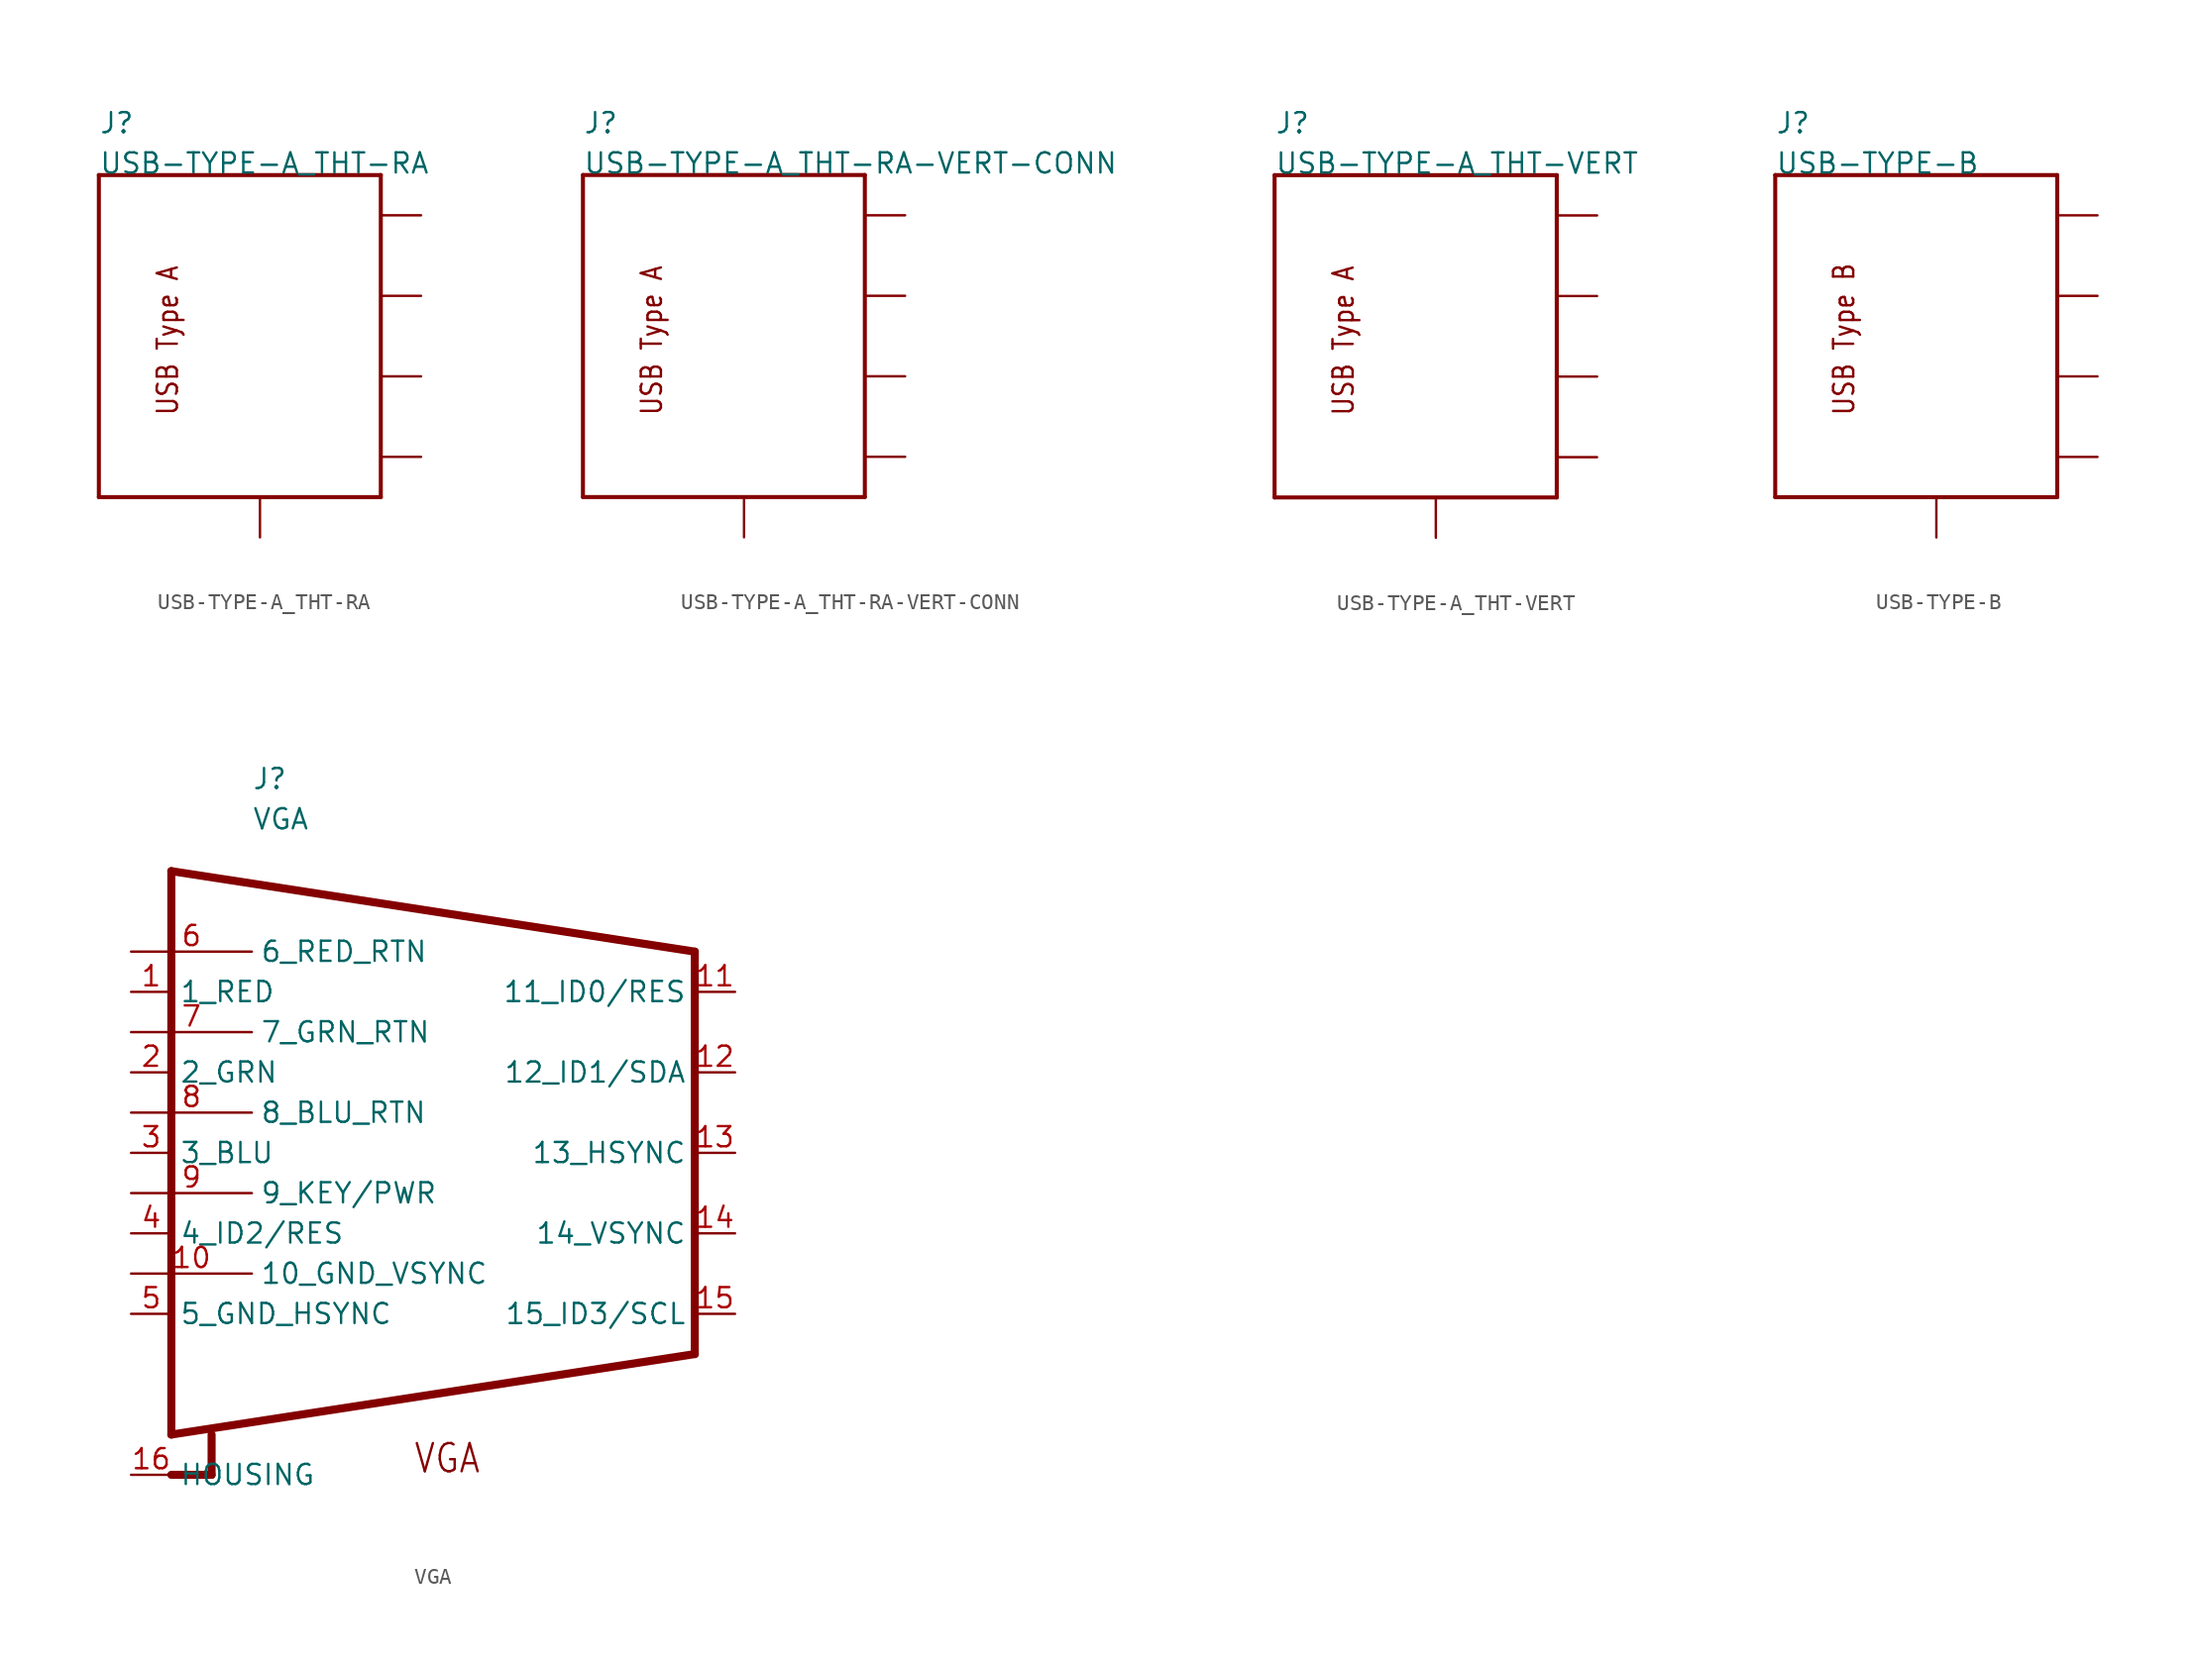
<source format=kicad_sym>
(kicad_symbol_lib
  (version 20211014)
  (generator kicad_symbol_editor)
  (symbol "USB-TYPE-A_THT-RA"
    (pin_names hide)
    (property "Reference" "J"
      (at -12.7 12.7 0)
      (effects (font (size 1.27 1.27)) (justify left bottom)))
    (property "Value" "USB-TYPE-A_THT-RA"
      (at -12.7 10.16 0)
      (effects (font (size 1.27 1.27)) (justify left bottom)))
    (property "Datasheet" ""
      (at 0 0 0))
    (property "ki_fp_filters" "FlashPCB_Connectors:USB-2.0-A-THT-RA-TE_AMP-292303-1"
      (at 0 0 0))
    (symbol "USB-TYPE-A_THT-RA_1_1"
      (text "USB Type A" (at -7.62 -5.08 900) (effects (font (size 1.27 1.086)) (justify left bottom)))
      (polyline (pts (xy 5.08 10.16) (xy -12.7 10.16)) (stroke (width 0.254)) (fill (type none)))
      (polyline (pts (xy -12.7 10.16) (xy -12.7 -10.16)) (stroke (width 0.254)) (fill (type none)))
      (polyline (pts (xy -12.7 -10.16) (xy 5.08 -10.16)) (stroke (width 0.254)) (fill (type none)))
      (polyline (pts (xy 5.08 -10.16) (xy 5.08 10.16)) (stroke (width 0.254)) (fill (type none)))
      (pin power_in line (at 7.62 7.62 180) (length 2.54) (name "VCC" (effects (font (size 1.27 1.27)))) (number "1" (effects (font (size 0 0)))))
      (pin bidirectional line (at 7.62 2.54 180) (length 2.54) (name "D-" (effects (font (size 1.27 1.27)))) (number "2" (effects (font (size 0 0)))))
      (pin bidirectional line (at 7.62 -2.54 180) (length 2.54) (name "D+" (effects (font (size 1.27 1.27)))) (number "3" (effects (font (size 0 0)))))
      (pin power_in line (at 7.62 -7.62 180) (length 2.54) (name "GND" (effects (font (size 1.27 1.27)))) (number "4" (effects (font (size 0 0)))))
      (pin bidirectional line (at -2.54 -12.7 90) (length 2.54) (name "SHELL" (effects (font (size 1.27 1.27)))) (number "S_1" (effects (font (size 0 0)))))
      (pin bidirectional line (at -2.54 -12.7 90) (length 2.54) hide (name "SHELL" (effects (font (size 1.27 1.27)))) (number "S_2" (effects (font (size 0 0)))))))
  (symbol "USB-TYPE-A_THT-RA-VERT-CONN"
    (pin_names hide)
    (property "Reference" "J"
      (at -12.7 12.7 0)
      (effects (font (size 1.27 1.27)) (justify left bottom)))
    (property "Value" "USB-TYPE-A_THT-RA-VERT-CONN"
      (at -12.7 10.16 0)
      (effects (font (size 1.27 1.27)) (justify left bottom)))
    (property "Datasheet" ""
      (at 0 0 0))
    (property "ki_fp_filters" "FlashPCB_Connectors:USB-2.0-A-THT-VERT-ON_SHORE-USB-A1SSW6"
      (at 0 0 0))
    (symbol "USB-TYPE-A_THT-RA-VERT-CONN_1_1"
      (text "USB Type A" (at -7.62 -5.08 900) (effects (font (size 1.27 1.086)) (justify left bottom)))
      (polyline (pts (xy 5.08 10.16) (xy -12.7 10.16)) (stroke (width 0.254)) (fill (type none)))
      (polyline (pts (xy -12.7 10.16) (xy -12.7 -10.16)) (stroke (width 0.254)) (fill (type none)))
      (polyline (pts (xy -12.7 -10.16) (xy 5.08 -10.16)) (stroke (width 0.254)) (fill (type none)))
      (polyline (pts (xy 5.08 -10.16) (xy 5.08 10.16)) (stroke (width 0.254)) (fill (type none)))
      (pin power_in line (at 7.62 7.62 180) (length 2.54) (name "VCC" (effects (font (size 1.27 1.27)))) (number "1" (effects (font (size 0 0)))))
      (pin bidirectional line (at 7.62 2.54 180) (length 2.54) (name "D-" (effects (font (size 1.27 1.27)))) (number "2" (effects (font (size 0 0)))))
      (pin bidirectional line (at 7.62 -2.54 180) (length 2.54) (name "D+" (effects (font (size 1.27 1.27)))) (number "3" (effects (font (size 0 0)))))
      (pin power_in line (at 7.62 -7.62 180) (length 2.54) (name "GND" (effects (font (size 1.27 1.27)))) (number "4" (effects (font (size 0 0)))))
      (pin bidirectional line (at -2.54 -12.7 90) (length 2.54) (name "SHELL" (effects (font (size 1.27 1.27)))) (number "S_1" (effects (font (size 0 0)))))
      (pin bidirectional line (at -2.54 -12.7 90) (length 2.54) hide (name "SHELL" (effects (font (size 1.27 1.27)))) (number "S_2" (effects (font (size 0 0)))))
      (pin bidirectional line (at -2.54 -12.7 90) (length 2.54) hide (name "SHELL" (effects (font (size 1.27 1.27)))) (number "S_3" (effects (font (size 0 0)))))
      (pin bidirectional line (at -2.54 -12.7 90) (length 2.54) hide (name "SHELL" (effects (font (size 1.27 1.27)))) (number "S_4" (effects (font (size 0 0)))))))
  (symbol "USB-TYPE-A_THT-VERT"
    (pin_names hide)
    (property "Reference" "J"
      (at -12.7 12.7 0)
      (effects (font (size 1.27 1.27)) (justify left bottom)))
    (property "Value" "USB-TYPE-A_THT-VERT"
      (at -12.7 10.16 0)
      (effects (font (size 1.27 1.27)) (justify left bottom)))
    (property "Datasheet" ""
      (at 0 0 0))
    (property "ki_fp_filters" "FlashPCB_Connectors:USB-2.0-A-THT-VERT-TE_AMP-1734366-1"
      (at 0 0 0))
    (symbol "USB-TYPE-A_THT-VERT_1_1"
      (text "USB Type A" (at -7.62 -5.08 900) (effects (font (size 1.27 1.086)) (justify left bottom)))
      (polyline (pts (xy 5.08 10.16) (xy -12.7 10.16)) (stroke (width 0.254)) (fill (type none)))
      (polyline (pts (xy -12.7 10.16) (xy -12.7 -10.16)) (stroke (width 0.254)) (fill (type none)))
      (polyline (pts (xy -12.7 -10.16) (xy 5.08 -10.16)) (stroke (width 0.254)) (fill (type none)))
      (polyline (pts (xy 5.08 -10.16) (xy 5.08 10.16)) (stroke (width 0.254)) (fill (type none)))
      (pin power_in line (at 7.62 7.62 180) (length 2.54) (name "VCC" (effects (font (size 1.27 1.27)))) (number "1" (effects (font (size 0 0)))))
      (pin bidirectional line (at 7.62 2.54 180) (length 2.54) (name "D-" (effects (font (size 1.27 1.27)))) (number "2" (effects (font (size 0 0)))))
      (pin bidirectional line (at 7.62 -2.54 180) (length 2.54) (name "D+" (effects (font (size 1.27 1.27)))) (number "3" (effects (font (size 0 0)))))
      (pin power_in line (at 7.62 -7.62 180) (length 2.54) (name "GND" (effects (font (size 1.27 1.27)))) (number "4" (effects (font (size 0 0)))))
      (pin bidirectional line (at -2.54 -12.7 90) (length 2.54) (name "SHELL" (effects (font (size 1.27 1.27)))) (number "S_1" (effects (font (size 0 0)))))
      (pin bidirectional line (at -2.54 -12.7 90) (length 2.54) hide (name "SHELL" (effects (font (size 1.27 1.27)))) (number "S_2" (effects (font (size 0 0)))))))
  (symbol "USB-TYPE-B"
    (pin_names hide)
    (property "Reference" "J"
      (at -12.7 12.7 0)
      (effects (font (size 1.27 1.27)) (justify left bottom)))
    (property "Value" "USB-TYPE-B"
      (at -12.7 10.16 0)
      (effects (font (size 1.27 1.27)) (justify left bottom)))
    (property "Datasheet" ""
      (at 0 0 0))
    (property "ki_fp_filters" "FlashPCB_Connectors:USB-B-SMT-RA-TE_AMP-1-1734346-1 FlashPCB_Connectors:USB-B-SMT-VERT-TE_AMP-1734517-1 FlashPCB_Connectors:USB-B-THT-RA-AMPH-61729-1011BLF FlashPCB_Connectors:USB-B-THT-VERT-TE_AMP-5787834-1"
      (at 0 0 0))
    (symbol "USB-TYPE-B_1_1"
      (text "USB Type B" (at -7.62 -5.08 900) (effects (font (size 1.27 1.086)) (justify left bottom)))
      (polyline (pts (xy 5.08 10.16) (xy -12.7 10.16)) (stroke (width 0.254)) (fill (type none)))
      (polyline (pts (xy -12.7 10.16) (xy -12.7 -10.16)) (stroke (width 0.254)) (fill (type none)))
      (polyline (pts (xy -12.7 -10.16) (xy 5.08 -10.16)) (stroke (width 0.254)) (fill (type none)))
      (polyline (pts (xy 5.08 -10.16) (xy 5.08 10.16)) (stroke (width 0.254)) (fill (type none)))
      (pin power_in line (at 7.62 7.62 180) (length 2.54) (name "VCC" (effects (font (size 1.27 1.27)))) (number "1" (effects (font (size 0 0)))))
      (pin bidirectional line (at 7.62 2.54 180) (length 2.54) (name "D-" (effects (font (size 1.27 1.27)))) (number "2" (effects (font (size 0 0)))))
      (pin bidirectional line (at 7.62 -2.54 180) (length 2.54) (name "D+" (effects (font (size 1.27 1.27)))) (number "3" (effects (font (size 0 0)))))
      (pin power_in line (at 7.62 -7.62 180) (length 2.54) (name "GND" (effects (font (size 1.27 1.27)))) (number "4" (effects (font (size 0 0)))))
      (pin bidirectional line (at -2.54 -12.7 90) (length 2.54) (name "SHELL" (effects (font (size 1.27 1.27)))) (number "SHELL1" (effects (font (size 0 0)))))
      (pin bidirectional line (at -2.54 -12.7 90) (length 2.54) hide (name "SHELL" (effects (font (size 1.27 1.27)))) (number "SHELL2" (effects (font (size 0 0)))))))
  (symbol "VGA"
    (pin_names)
    (property "Reference" "J"
      (at 5.08 22.86 0)
      (effects (font (size 1.27 1.27)) (justify left bottom)))
    (property "Value" "VGA"
      (at 5.08 20.32 0)
      (effects (font (size 1.27 1.27)) (justify left bottom)))
    (property "Datasheet" ""
      (at 0 0 0))
    (property "ki_fp_filters" "FlashPCB_Connectors:VGA-THT-RA-AMP-L77HDE15SD1CH4FVGA"
      (at 0 0 0))
    (symbol "VGA_1_1"
      (text "VGA" (at 15.24 -20.32 0) (effects (font (size 1.778 1.52)) (justify left bottom)))
      (polyline (pts (xy 0 17.78) (xy 0 -17.78)) (stroke (width 0.508)) (fill (type none)))
      (polyline (pts (xy 0 -17.78) (xy 33.02 -12.7)) (stroke (width 0.508)) (fill (type none)))
      (polyline (pts (xy 33.02 -12.7) (xy 33.02 12.7)) (stroke (width 0.508)) (fill (type none)))
      (polyline (pts (xy 33.02 12.7) (xy 0 17.78)) (stroke (width 0.508)) (fill (type none)))
      (polyline (pts (xy 0 -20.32) (xy 2.54 -20.32)) (stroke (width 0.508)) (fill (type none)))
      (polyline (pts (xy 2.54 -20.32) (xy 2.54 -17.78)) (stroke (width 0.508)) (fill (type none)))
      (pin bidirectional line (at -2.54 10.16 0) (length 2.54) (name "1_RED" (effects (font (size 1.27 1.27)))) (number "1" (effects (font (size 1.27 1.27)))))
      (pin bidirectional line (at -2.54 5.08 0) (length 2.54) (name "2_GRN" (effects (font (size 1.27 1.27)))) (number "2" (effects (font (size 1.27 1.27)))))
      (pin bidirectional line (at -2.54 0 0) (length 2.54) (name "3_BLU" (effects (font (size 1.27 1.27)))) (number "3" (effects (font (size 1.27 1.27)))))
      (pin bidirectional line (at -2.54 -5.08 0) (length 2.54) (name "4_ID2/RES" (effects (font (size 1.27 1.27)))) (number "4" (effects (font (size 1.27 1.27)))))
      (pin bidirectional line (at -2.54 -10.16 0) (length 2.54) (name "5_GND_HSYNC" (effects (font (size 1.27 1.27)))) (number "5" (effects (font (size 1.27 1.27)))))
      (pin bidirectional line (at -2.54 12.7 0) (length 7.62) (name "6_RED_RTN" (effects (font (size 1.27 1.27)))) (number "6" (effects (font (size 1.27 1.27)))))
      (pin bidirectional line (at -2.54 7.62 0) (length 7.62) (name "7_GRN_RTN" (effects (font (size 1.27 1.27)))) (number "7" (effects (font (size 1.27 1.27)))))
      (pin bidirectional line (at -2.54 2.54 0) (length 7.62) (name "8_BLU_RTN" (effects (font (size 1.27 1.27)))) (number "8" (effects (font (size 1.27 1.27)))))
      (pin bidirectional line (at -2.54 -2.54 0) (length 7.62) (name "9_KEY/PWR" (effects (font (size 1.27 1.27)))) (number "9" (effects (font (size 1.27 1.27)))))
      (pin bidirectional line (at -2.54 -7.62 0) (length 7.62) (name "10_GND_VSYNC" (effects (font (size 1.27 1.27)))) (number "10" (effects (font (size 1.27 1.27)))))
      (pin bidirectional line (at 35.56 10.16 180) (length 2.54) (name "11_ID0/RES" (effects (font (size 1.27 1.27)))) (number "11" (effects (font (size 1.27 1.27)))))
      (pin bidirectional line (at 35.56 5.08 180) (length 2.54) (name "12_ID1/SDA" (effects (font (size 1.27 1.27)))) (number "12" (effects (font (size 1.27 1.27)))))
      (pin bidirectional line (at 35.56 0 180) (length 2.54) (name "13_HSYNC" (effects (font (size 1.27 1.27)))) (number "13" (effects (font (size 1.27 1.27)))))
      (pin bidirectional line (at 35.56 -5.08 180) (length 2.54) (name "14_VSYNC" (effects (font (size 1.27 1.27)))) (number "14" (effects (font (size 1.27 1.27)))))
      (pin bidirectional line (at 35.56 -10.16 180) (length 2.54) (name "15_ID3/SCL" (effects (font (size 1.27 1.27)))) (number "15" (effects (font (size 1.27 1.27)))))
      (pin bidirectional line (at -2.54 -20.32 0) (length 2.54) (name "HOUSING" (effects (font (size 1.27 1.27)))) (number "16" (effects (font (size 1.27 1.27)))))
      (pin bidirectional line (at -2.54 -20.32 0) (length 2.54) hide (name "HOUSING" (effects (font (size 1.27 1.27)))) (number "17" (effects (font (size 1.27 1.27))))))))
</source>
